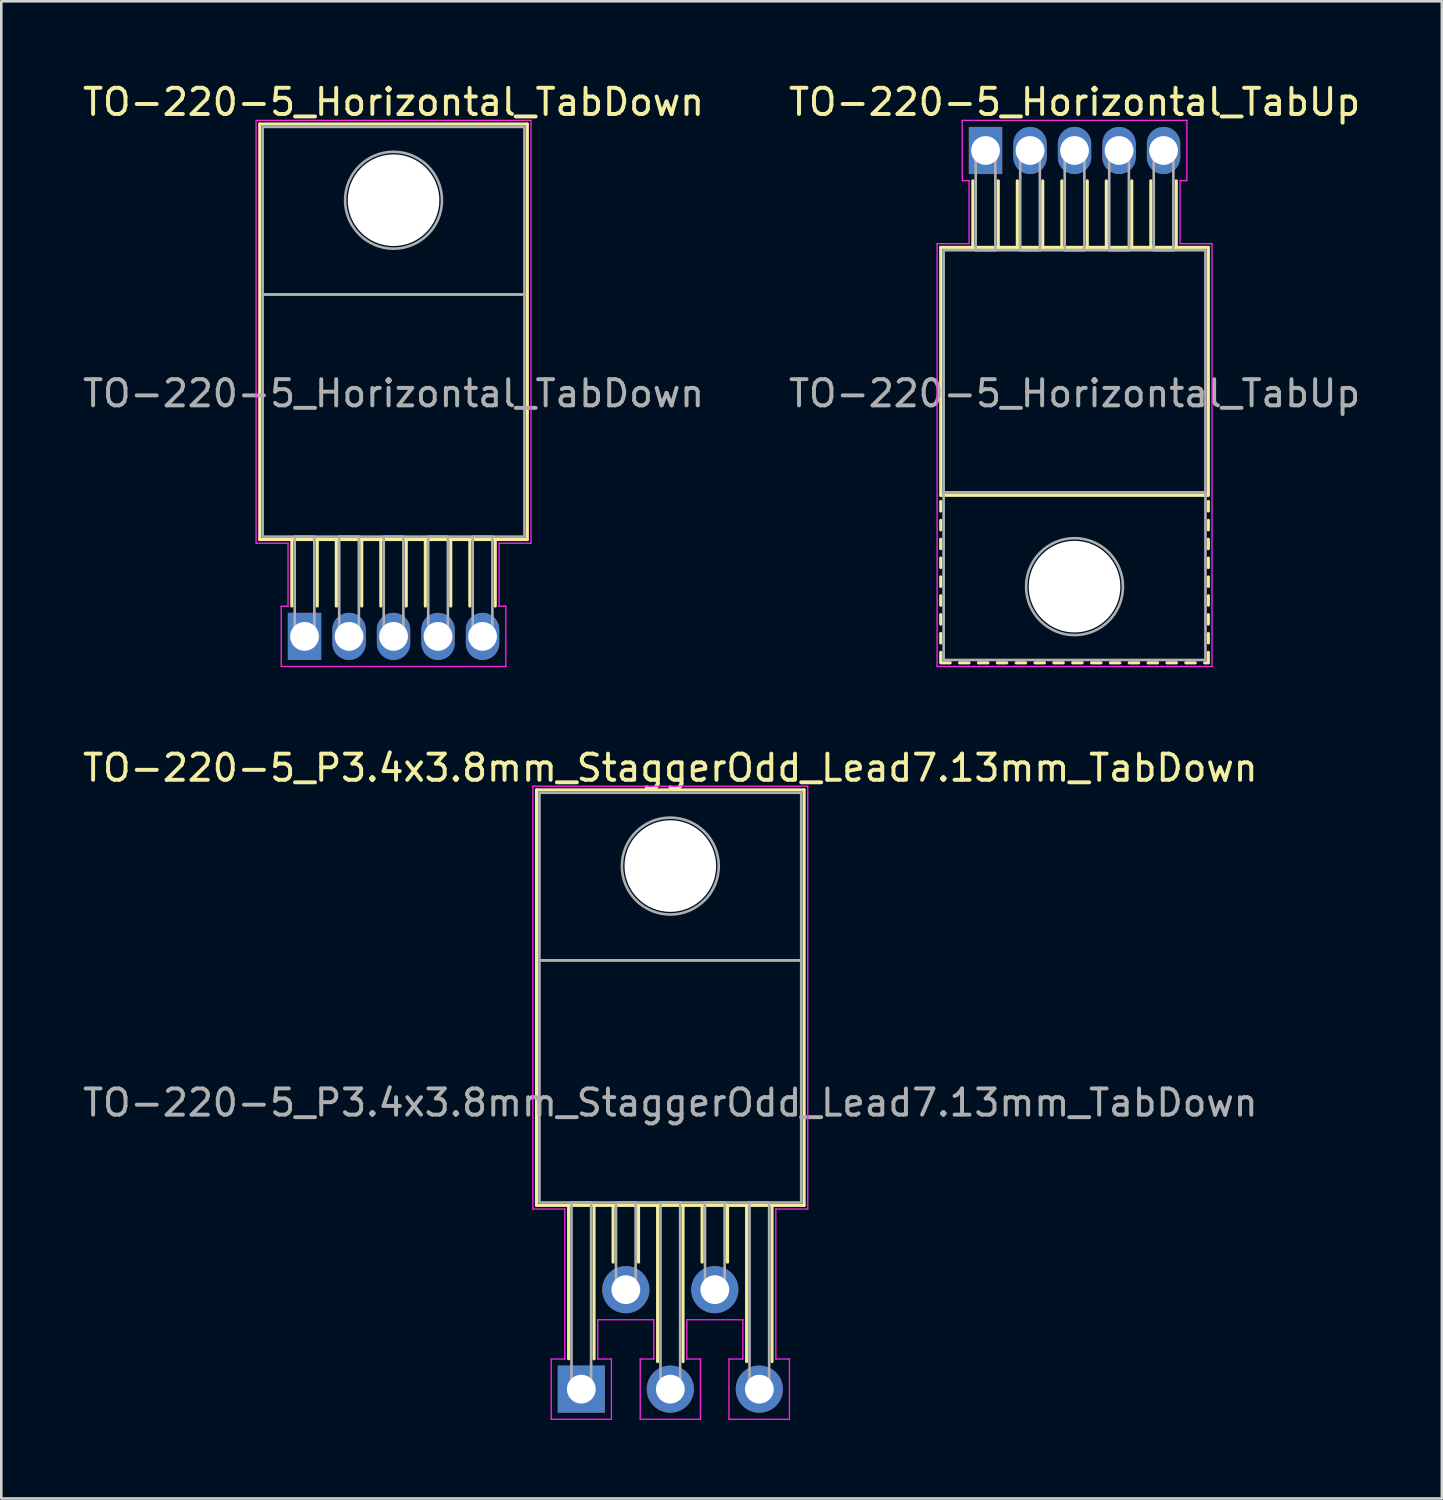
<source format=kicad_pcb>
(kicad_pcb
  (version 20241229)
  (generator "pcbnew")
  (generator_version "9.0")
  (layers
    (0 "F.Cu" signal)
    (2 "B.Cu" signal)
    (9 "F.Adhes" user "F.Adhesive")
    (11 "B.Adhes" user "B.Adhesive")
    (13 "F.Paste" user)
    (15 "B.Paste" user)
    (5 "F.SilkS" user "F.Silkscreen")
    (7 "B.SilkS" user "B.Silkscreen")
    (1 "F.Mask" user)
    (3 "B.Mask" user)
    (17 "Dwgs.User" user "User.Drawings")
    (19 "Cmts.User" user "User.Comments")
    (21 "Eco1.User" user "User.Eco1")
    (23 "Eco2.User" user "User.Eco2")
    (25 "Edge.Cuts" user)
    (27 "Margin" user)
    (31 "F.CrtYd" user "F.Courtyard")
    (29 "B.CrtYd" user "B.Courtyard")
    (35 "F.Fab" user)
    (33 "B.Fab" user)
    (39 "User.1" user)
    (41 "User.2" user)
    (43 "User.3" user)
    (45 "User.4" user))
  (footprint "TO-220-5_P3.4x3.8mm_StaggerOdd_Lead7.13mm_TabDown"
    (layer "F.Cu")
    (at 19.154 50.011)
    (property "Reference" "TO-220-5_P3.4x3.8mm_StaggerOdd_Lead7.13mm_TabDown" (at 3.4 -23.73 0) (layer "F.SilkS") (effects (font (size 1 1) (thickness 0.15))))
    (attr through_hole)
    (fp_line (start -1.71 -22.89) (end 8.51 -22.89) (stroke (width 0.12) (type solid)) (layer "F.SilkS"))
    (fp_line (start -1.71 -7.02) (end -1.71 -22.89) (stroke (width 0.12) (type solid)) (layer "F.SilkS"))
    (fp_line (start -1.71 -7.02) (end 8.51 -7.02) (stroke (width 0.12) (type solid)) (layer "F.SilkS"))
    (fp_line (start -0.485 -7.02) (end -0.485 -1.16) (stroke (width 0.12) (type solid)) (layer "F.SilkS"))
    (fp_line (start 0.485 -7.02) (end 0.485 -1.16) (stroke (width 0.12) (type solid)) (layer "F.SilkS"))
    (fp_line (start 1.215 -7.02) (end 1.215 -4.854) (stroke (width 0.12) (type solid)) (layer "F.SilkS"))
    (fp_line (start 2.185 -7.02) (end 2.185 -4.854) (stroke (width 0.12) (type solid)) (layer "F.SilkS"))
    (fp_line (start 2.915 -7.02) (end 2.915 -1.054) (stroke (width 0.12) (type solid)) (layer "F.SilkS"))
    (fp_line (start 3.885 -7.02) (end 3.885 -1.054) (stroke (width 0.12) (type solid)) (layer "F.SilkS"))
    (fp_line (start 4.615 -7.02) (end 4.615 -4.854) (stroke (width 0.12) (type solid)) (layer "F.SilkS"))
    (fp_line (start 5.585 -7.02) (end 5.585 -4.854) (stroke (width 0.12) (type solid)) (layer "F.SilkS"))
    (fp_line (start 6.315 -7.02) (end 6.315 -1.054) (stroke (width 0.12) (type solid)) (layer "F.SilkS"))
    (fp_line (start 7.285 -7.02) (end 7.285 -1.054) (stroke (width 0.12) (type solid)) (layer "F.SilkS"))
    (fp_line (start 8.51 -7.02) (end 8.51 -22.89) (stroke (width 0.12) (type solid)) (layer "F.SilkS"))
    (fp_line (start -1.85 -23.03) (end 8.65 -23.03) (stroke (width 0.05) (type solid)) (layer "F.CrtYd"))
    (fp_line (start -1.85 -6.88) (end -1.85 -23.03) (stroke (width 0.05) (type solid)) (layer "F.CrtYd"))
    (fp_line (start -1.15 -1.15) (end -0.63 -1.15) (stroke (width 0.05) (type solid)) (layer "F.CrtYd"))
    (fp_line (start -1.15 1.15) (end -1.15 -1.15) (stroke (width 0.05) (type solid)) (layer "F.CrtYd"))
    (fp_line (start -0.63 -6.88) (end -1.85 -6.88) (stroke (width 0.05) (type solid)) (layer "F.CrtYd"))
    (fp_line (start -0.63 -1.15) (end -0.63 -6.88) (stroke (width 0.05) (type solid)) (layer "F.CrtYd"))
    (fp_line (start 0.63 -2.65) (end 0.63 -1.15) (stroke (width 0.05) (type solid)) (layer "F.CrtYd"))
    (fp_line (start 0.63 -1.15) (end 1.15 -1.15) (stroke (width 0.05) (type solid)) (layer "F.CrtYd"))
    (fp_line (start 1.15 -1.15) (end 1.15 1.15) (stroke (width 0.05) (type solid)) (layer "F.CrtYd"))
    (fp_line (start 1.15 1.15) (end -1.15 1.15) (stroke (width 0.05) (type solid)) (layer "F.CrtYd"))
    (fp_line (start 2.25 -1.15) (end 2.77 -1.15) (stroke (width 0.05) (type solid)) (layer "F.CrtYd"))
    (fp_line (start 2.25 1.15) (end 2.25 -1.15) (stroke (width 0.05) (type solid)) (layer "F.CrtYd"))
    (fp_line (start 2.77 -2.65) (end 0.63 -2.65) (stroke (width 0.05) (type solid)) (layer "F.CrtYd"))
    (fp_line (start 2.77 -1.15) (end 2.77 -2.65) (stroke (width 0.05) (type solid)) (layer "F.CrtYd"))
    (fp_line (start 4.03 -2.65) (end 4.03 -1.15) (stroke (width 0.05) (type solid)) (layer "F.CrtYd"))
    (fp_line (start 4.03 -1.15) (end 4.55 -1.15) (stroke (width 0.05) (type solid)) (layer "F.CrtYd"))
    (fp_line (start 4.55 -1.15) (end 4.55 1.15) (stroke (width 0.05) (type solid)) (layer "F.CrtYd"))
    (fp_line (start 4.55 1.15) (end 2.25 1.15) (stroke (width 0.05) (type solid)) (layer "F.CrtYd"))
    (fp_line (start 5.64 -1.15) (end 6.17 -1.15) (stroke (width 0.05) (type solid)) (layer "F.CrtYd"))
    (fp_line (start 5.64 1.15) (end 5.64 -1.15) (stroke (width 0.05) (type solid)) (layer "F.CrtYd"))
    (fp_line (start 6.17 -2.65) (end 4.03 -2.65) (stroke (width 0.05) (type solid)) (layer "F.CrtYd"))
    (fp_line (start 6.17 -1.15) (end 6.17 -2.65) (stroke (width 0.05) (type solid)) (layer "F.CrtYd"))
    (fp_line (start 7.43 -6.88) (end 7.43 -1.15) (stroke (width 0.05) (type solid)) (layer "F.CrtYd"))
    (fp_line (start 7.43 -1.15) (end 7.95 -1.15) (stroke (width 0.05) (type solid)) (layer "F.CrtYd"))
    (fp_line (start 7.95 -1.15) (end 7.95 1.15) (stroke (width 0.05) (type solid)) (layer "F.CrtYd"))
    (fp_line (start 7.95 1.15) (end 5.64 1.15) (stroke (width 0.05) (type solid)) (layer "F.CrtYd"))
    (fp_line (start 8.65 -23.03) (end 8.65 -6.88) (stroke (width 0.05) (type solid)) (layer "F.CrtYd"))
    (fp_line (start 8.65 -6.88) (end 7.43 -6.88) (stroke (width 0.05) (type solid)) (layer "F.CrtYd"))
    (fp_rect (start -1.6 -22.78) (end 8.4 -16.38) (stroke (width 0.1) (type solid)) (fill no) (layer "F.Fab"))
    (fp_rect (start -1.6 -16.38) (end 8.4 -7.13) (stroke (width 0.1) (type solid)) (fill no) (layer "F.Fab"))
    (fp_rect (start -0.375 -7.13) (end 0.375 0) (stroke (width 0.1) (type solid)) (fill no) (layer "F.Fab"))
    (fp_rect (start 1.325 -7.13) (end 2.075 -3.8) (stroke (width 0.1) (type solid)) (fill no) (layer "F.Fab"))
    (fp_rect (start 3.025 -7.13) (end 3.775 0) (stroke (width 0.1) (type solid)) (fill no) (layer "F.Fab"))
    (fp_rect (start 4.725 -7.13) (end 5.475 -3.8) (stroke (width 0.1) (type solid)) (fill no) (layer "F.Fab"))
    (fp_rect (start 6.425 -7.13) (end 7.175 0) (stroke (width 0.1) (type solid)) (fill no) (layer "F.Fab"))
    (fp_circle (center 3.4 -19.98) (end 5.25 -19.98) (stroke (width 0.1) (type solid)) (fill no) (layer "F.Fab"))
    (fp_text user "${REFERENCE}" (at 3.4 -10.94 0) (layer "F.Fab") (effects (font (size 1 1) (thickness 0.15))))
    (pad "" np_thru_hole circle (at 3.4 -19.98) (size 3.5 3.5) (drill 3.5) (layers "*.Cu" "*.Mask"))
    (pad "1" thru_hole rect (at 0 0) (size 1.8 1.8) (drill 1.1) (layers "*.Cu" "*.Mask"))
    (pad "2" thru_hole circle (at 1.7 -3.8) (size 1.8 1.8) (drill 1.1) (layers "*.Cu" "*.Mask"))
    (pad "3" thru_hole circle (at 3.4 0) (size 1.8 1.8) (drill 1.1) (layers "*.Cu" "*.Mask"))
    (pad "4" thru_hole circle (at 5.1 -3.8) (size 1.8 1.8) (drill 1.1) (layers "*.Cu" "*.Mask"))
    (pad "5" thru_hole circle (at 6.8 0) (size 1.8 1.8) (drill 1.1) (layers "*.Cu" "*.Mask")))
  (footprint "TO-220-5_Horizontal_TabUp"
    (layer "F.Cu")
    (at 34.594 2.698)
    (property "Reference" "TO-220-5_Horizontal_TabUp" (at 3.4 -1.85 0) (layer "F.SilkS") (effects (font (size 1 1) (thickness 0.15))))
    (attr through_hole)
    (fp_line (start -1.71 3.7) (end -1.71 13.17) (stroke (width 0.12) (type solid)) (layer "F.SilkS"))
    (fp_line (start -1.71 3.7) (end 8.51 3.7) (stroke (width 0.12) (type solid)) (layer "F.SilkS"))
    (fp_line (start -1.71 13.17) (end 8.51 13.17) (stroke (width 0.12) (type solid)) (layer "F.SilkS"))
    (fp_line (start -1.71 13.41) (end -1.71 13.77) (stroke (width 0.12) (type solid)) (layer "F.SilkS"))
    (fp_line (start -1.71 14.13) (end -1.71 14.49) (stroke (width 0.12) (type solid)) (layer "F.SilkS"))
    (fp_line (start -1.71 14.85) (end -1.71 15.21) (stroke (width 0.12) (type solid)) (layer "F.SilkS"))
    (fp_line (start -1.71 15.57) (end -1.71 15.93) (stroke (width 0.12) (type solid)) (layer "F.SilkS"))
    (fp_line (start -1.71 16.29) (end -1.71 16.65) (stroke (width 0.12) (type solid)) (layer "F.SilkS"))
    (fp_line (start -1.71 17.01) (end -1.71 17.37) (stroke (width 0.12) (type solid)) (layer "F.SilkS"))
    (fp_line (start -1.71 17.73) (end -1.71 18.09) (stroke (width 0.12) (type solid)) (layer "F.SilkS"))
    (fp_line (start -1.71 18.45) (end -1.71 18.81) (stroke (width 0.12) (type solid)) (layer "F.SilkS"))
    (fp_line (start -1.71 19.17) (end -1.71 19.53) (stroke (width 0.12) (type solid)) (layer "F.SilkS"))
    (fp_line (start -1.71 19.57) (end -1.35 19.57) (stroke (width 0.12) (type solid)) (layer "F.SilkS"))
    (fp_line (start -0.99 19.57) (end -0.63 19.57) (stroke (width 0.12) (type solid)) (layer "F.SilkS"))
    (fp_line (start -0.485 3.7) (end -0.485 1.16) (stroke (width 0.12) (type solid)) (layer "F.SilkS"))
    (fp_line (start -0.27 19.57) (end 0.09 19.57) (stroke (width 0.12) (type solid)) (layer "F.SilkS"))
    (fp_line (start 0.45 19.57) (end 0.81 19.57) (stroke (width 0.12) (type solid)) (layer "F.SilkS"))
    (fp_line (start 0.485 3.7) (end 0.485 1.16) (stroke (width 0.12) (type solid)) (layer "F.SilkS"))
    (fp_line (start 1.17 19.57) (end 1.53 19.57) (stroke (width 0.12) (type solid)) (layer "F.SilkS"))
    (fp_line (start 1.215 3.7) (end 1.215 1.16) (stroke (width 0.12) (type solid)) (layer "F.SilkS"))
    (fp_line (start 1.89 19.57) (end 2.25 19.57) (stroke (width 0.12) (type solid)) (layer "F.SilkS"))
    (fp_line (start 2.185 3.7) (end 2.185 1.16) (stroke (width 0.12) (type solid)) (layer "F.SilkS"))
    (fp_line (start 2.61 19.57) (end 2.97 19.57) (stroke (width 0.12) (type solid)) (layer "F.SilkS"))
    (fp_line (start 2.915 3.7) (end 2.915 1.16) (stroke (width 0.12) (type solid)) (layer "F.SilkS"))
    (fp_line (start 3.33 19.57) (end 3.69 19.57) (stroke (width 0.12) (type solid)) (layer "F.SilkS"))
    (fp_line (start 3.885 3.7) (end 3.885 1.16) (stroke (width 0.12) (type solid)) (layer "F.SilkS"))
    (fp_line (start 4.05 19.57) (end 4.41 19.57) (stroke (width 0.12) (type solid)) (layer "F.SilkS"))
    (fp_line (start 4.615 3.7) (end 4.615 1.16) (stroke (width 0.12) (type solid)) (layer "F.SilkS"))
    (fp_line (start 4.77 19.57) (end 5.13 19.57) (stroke (width 0.12) (type solid)) (layer "F.SilkS"))
    (fp_line (start 5.49 19.57) (end 5.85 19.57) (stroke (width 0.12) (type solid)) (layer "F.SilkS"))
    (fp_line (start 5.585 3.7) (end 5.585 1.16) (stroke (width 0.12) (type solid)) (layer "F.SilkS"))
    (fp_line (start 6.21 19.57) (end 6.57 19.57) (stroke (width 0.12) (type solid)) (layer "F.SilkS"))
    (fp_line (start 6.315 3.7) (end 6.315 1.16) (stroke (width 0.12) (type solid)) (layer "F.SilkS"))
    (fp_line (start 6.93 19.57) (end 7.29 19.57) (stroke (width 0.12) (type solid)) (layer "F.SilkS"))
    (fp_line (start 7.285 3.7) (end 7.285 1.16) (stroke (width 0.12) (type solid)) (layer "F.SilkS"))
    (fp_line (start 7.65 19.57) (end 8.01 19.57) (stroke (width 0.12) (type solid)) (layer "F.SilkS"))
    (fp_line (start 8.37 19.57) (end 8.51 19.57) (stroke (width 0.12) (type solid)) (layer "F.SilkS"))
    (fp_line (start 8.51 3.7) (end 8.51 13.17) (stroke (width 0.12) (type solid)) (layer "F.SilkS"))
    (fp_line (start 8.51 13.41) (end 8.51 13.77) (stroke (width 0.12) (type solid)) (layer "F.SilkS"))
    (fp_line (start 8.51 14.13) (end 8.51 14.49) (stroke (width 0.12) (type solid)) (layer "F.SilkS"))
    (fp_line (start 8.51 14.85) (end 8.51 15.21) (stroke (width 0.12) (type solid)) (layer "F.SilkS"))
    (fp_line (start 8.51 15.57) (end 8.51 15.93) (stroke (width 0.12) (type solid)) (layer "F.SilkS"))
    (fp_line (start 8.51 16.29) (end 8.51 16.65) (stroke (width 0.12) (type solid)) (layer "F.SilkS"))
    (fp_line (start 8.51 17.01) (end 8.51 17.37) (stroke (width 0.12) (type solid)) (layer "F.SilkS"))
    (fp_line (start 8.51 17.73) (end 8.51 18.09) (stroke (width 0.12) (type solid)) (layer "F.SilkS"))
    (fp_line (start 8.51 18.45) (end 8.51 18.81) (stroke (width 0.12) (type solid)) (layer "F.SilkS"))
    (fp_line (start 8.51 19.17) (end 8.51 19.53) (stroke (width 0.12) (type solid)) (layer "F.SilkS"))
    (fp_line (start -1.85 3.56) (end -0.63 3.56) (stroke (width 0.05) (type solid)) (layer "F.CrtYd"))
    (fp_line (start -1.85 19.71) (end -1.85 3.56) (stroke (width 0.05) (type solid)) (layer "F.CrtYd"))
    (fp_line (start -0.89 -1.15) (end 7.69 -1.15) (stroke (width 0.05) (type solid)) (layer "F.CrtYd"))
    (fp_line (start -0.89 1.15) (end -0.89 -1.15) (stroke (width 0.05) (type solid)) (layer "F.CrtYd"))
    (fp_line (start -0.63 1.15) (end -0.89 1.15) (stroke (width 0.05) (type solid)) (layer "F.CrtYd"))
    (fp_line (start -0.63 3.56) (end -0.63 1.15) (stroke (width 0.05) (type solid)) (layer "F.CrtYd"))
    (fp_line (start 7.43 1.15) (end 7.43 3.56) (stroke (width 0.05) (type solid)) (layer "F.CrtYd"))
    (fp_line (start 7.43 3.56) (end 8.65 3.56) (stroke (width 0.05) (type solid)) (layer "F.CrtYd"))
    (fp_line (start 7.69 -1.15) (end 7.69 1.15) (stroke (width 0.05) (type solid)) (layer "F.CrtYd"))
    (fp_line (start 7.69 1.15) (end 7.43 1.15) (stroke (width 0.05) (type solid)) (layer "F.CrtYd"))
    (fp_line (start 8.65 3.56) (end 8.65 19.71) (stroke (width 0.05) (type solid)) (layer "F.CrtYd"))
    (fp_line (start 8.65 19.71) (end -1.85 19.71) (stroke (width 0.05) (type solid)) (layer "F.CrtYd"))
    (fp_rect (start -1.6 3.81) (end 8.4 13.06) (stroke (width 0.1) (type solid)) (fill no) (layer "F.Fab"))
    (fp_rect (start -1.6 13.06) (end 8.4 19.46) (stroke (width 0.1) (type solid)) (fill no) (layer "F.Fab"))
    (fp_rect (start -0.375 0) (end 0.375 3.81) (stroke (width 0.1) (type solid)) (fill no) (layer "F.Fab"))
    (fp_rect (start 1.325 0) (end 2.075 3.81) (stroke (width 0.1) (type solid)) (fill no) (layer "F.Fab"))
    (fp_rect (start 3.025 0) (end 3.775 3.81) (stroke (width 0.1) (type solid)) (fill no) (layer "F.Fab"))
    (fp_rect (start 4.725 0) (end 5.475 3.81) (stroke (width 0.1) (type solid)) (fill no) (layer "F.Fab"))
    (fp_rect (start 6.425 0) (end 7.175 3.81) (stroke (width 0.1) (type solid)) (fill no) (layer "F.Fab"))
    (fp_circle (center 3.4 16.66) (end 5.25 16.66) (stroke (width 0.1) (type solid)) (fill no) (layer "F.Fab"))
    (fp_text user "${REFERENCE}" (at 3.4 9.28 0) (layer "F.Fab") (effects (font (size 1 1) (thickness 0.15))))
    (pad "" np_thru_hole circle (at 3.4 16.66) (size 3.5 3.5) (drill 3.5) (layers "*.Cu" "*.Mask"))
    (pad "1" thru_hole rect (at 0 0) (size 1.275 1.8) (drill 1.1) (layers "*.Cu" "*.Mask"))
    (pad "2" thru_hole oval (at 1.7 0) (size 1.275 1.8) (drill 1.1) (layers "*.Cu" "*.Mask"))
    (pad "3" thru_hole oval (at 3.4 0) (size 1.275 1.8) (drill 1.1) (layers "*.Cu" "*.Mask"))
    (pad "4" thru_hole oval (at 5.1 0) (size 1.275 1.8) (drill 1.1) (layers "*.Cu" "*.Mask"))
    (pad "5" thru_hole oval (at 6.8 0) (size 1.275 1.8) (drill 1.1) (layers "*.Cu" "*.Mask")))
  (footprint "TO-220-5_Horizontal_TabDown"
    (layer "F.Cu")
    (at 8.582 21.258)
    (property "Reference" "TO-220-5_Horizontal_TabDown" (at 3.4 -20.41 0) (layer "F.SilkS") (effects (font (size 1 1) (thickness 0.15))))
    (attr through_hole)
    (fp_line (start -1.71 -19.57) (end 8.51 -19.57) (stroke (width 0.12) (type solid)) (layer "F.SilkS"))
    (fp_line (start -1.71 -3.7) (end -1.71 -19.57) (stroke (width 0.12) (type solid)) (layer "F.SilkS"))
    (fp_line (start -1.71 -3.7) (end 8.51 -3.7) (stroke (width 0.12) (type solid)) (layer "F.SilkS"))
    (fp_line (start -0.485 -3.7) (end -0.485 -1.16) (stroke (width 0.12) (type solid)) (layer "F.SilkS"))
    (fp_line (start 0.485 -3.7) (end 0.485 -1.16) (stroke (width 0.12) (type solid)) (layer "F.SilkS"))
    (fp_line (start 1.215 -3.7) (end 1.215 -1.16) (stroke (width 0.12) (type solid)) (layer "F.SilkS"))
    (fp_line (start 2.185 -3.7) (end 2.185 -1.16) (stroke (width 0.12) (type solid)) (layer "F.SilkS"))
    (fp_line (start 2.915 -3.7) (end 2.915 -1.16) (stroke (width 0.12) (type solid)) (layer "F.SilkS"))
    (fp_line (start 3.885 -3.7) (end 3.885 -1.16) (stroke (width 0.12) (type solid)) (layer "F.SilkS"))
    (fp_line (start 4.615 -3.7) (end 4.615 -1.16) (stroke (width 0.12) (type solid)) (layer "F.SilkS"))
    (fp_line (start 5.585 -3.7) (end 5.585 -1.16) (stroke (width 0.12) (type solid)) (layer "F.SilkS"))
    (fp_line (start 6.315 -3.7) (end 6.315 -1.16) (stroke (width 0.12) (type solid)) (layer "F.SilkS"))
    (fp_line (start 7.285 -3.7) (end 7.285 -1.16) (stroke (width 0.12) (type solid)) (layer "F.SilkS"))
    (fp_line (start 8.51 -3.7) (end 8.51 -19.57) (stroke (width 0.12) (type solid)) (layer "F.SilkS"))
    (fp_line (start -1.85 -19.71) (end 8.65 -19.71) (stroke (width 0.05) (type solid)) (layer "F.CrtYd"))
    (fp_line (start -1.85 -3.56) (end -1.85 -19.71) (stroke (width 0.05) (type solid)) (layer "F.CrtYd"))
    (fp_line (start -0.89 -1.15) (end -0.63 -1.15) (stroke (width 0.05) (type solid)) (layer "F.CrtYd"))
    (fp_line (start -0.89 1.15) (end -0.89 -1.15) (stroke (width 0.05) (type solid)) (layer "F.CrtYd"))
    (fp_line (start -0.63 -3.56) (end -1.85 -3.56) (stroke (width 0.05) (type solid)) (layer "F.CrtYd"))
    (fp_line (start -0.63 -1.15) (end -0.63 -3.56) (stroke (width 0.05) (type solid)) (layer "F.CrtYd"))
    (fp_line (start 7.43 -3.56) (end 7.43 -1.15) (stroke (width 0.05) (type solid)) (layer "F.CrtYd"))
    (fp_line (start 7.43 -1.15) (end 7.69 -1.15) (stroke (width 0.05) (type solid)) (layer "F.CrtYd"))
    (fp_line (start 7.69 -1.15) (end 7.69 1.15) (stroke (width 0.05) (type solid)) (layer "F.CrtYd"))
    (fp_line (start 7.69 1.15) (end -0.89 1.15) (stroke (width 0.05) (type solid)) (layer "F.CrtYd"))
    (fp_line (start 8.65 -19.71) (end 8.65 -3.56) (stroke (width 0.05) (type solid)) (layer "F.CrtYd"))
    (fp_line (start 8.65 -3.56) (end 7.43 -3.56) (stroke (width 0.05) (type solid)) (layer "F.CrtYd"))
    (fp_rect (start -1.6 -19.46) (end 8.4 -13.06) (stroke (width 0.1) (type solid)) (fill no) (layer "F.Fab"))
    (fp_rect (start -1.6 -13.06) (end 8.4 -3.81) (stroke (width 0.1) (type solid)) (fill no) (layer "F.Fab"))
    (fp_rect (start -0.375 -3.81) (end 0.375 0) (stroke (width 0.1) (type solid)) (fill no) (layer "F.Fab"))
    (fp_rect (start 1.325 -3.81) (end 2.075 0) (stroke (width 0.1) (type solid)) (fill no) (layer "F.Fab"))
    (fp_rect (start 3.025 -3.81) (end 3.775 0) (stroke (width 0.1) (type solid)) (fill no) (layer "F.Fab"))
    (fp_rect (start 4.725 -3.81) (end 5.475 0) (stroke (width 0.1) (type solid)) (fill no) (layer "F.Fab"))
    (fp_rect (start 6.425 -3.81) (end 7.175 0) (stroke (width 0.1) (type solid)) (fill no) (layer "F.Fab"))
    (fp_circle (center 3.4 -16.66) (end 5.25 -16.66) (stroke (width 0.1) (type solid)) (fill no) (layer "F.Fab"))
    (fp_text user "${REFERENCE}" (at 3.4 -9.28 0) (layer "F.Fab") (effects (font (size 1 1) (thickness 0.15))))
    (pad "" np_thru_hole circle (at 3.4 -16.66) (size 3.5 3.5) (drill 3.5) (layers "*.Cu" "*.Mask"))
    (pad "1" thru_hole rect (at 0 0) (size 1.275 1.8) (drill 1.1) (layers "*.Cu" "*.Mask"))
    (pad "2" thru_hole oval (at 1.7 0) (size 1.275 1.8) (drill 1.1) (layers "*.Cu" "*.Mask"))
    (pad "3" thru_hole oval (at 3.4 0) (size 1.275 1.8) (drill 1.1) (layers "*.Cu" "*.Mask"))
    (pad "4" thru_hole oval (at 5.1 0) (size 1.275 1.8) (drill 1.1) (layers "*.Cu" "*.Mask"))
    (pad "5" thru_hole oval (at 6.8 0) (size 1.275 1.8) (drill 1.1) (layers "*.Cu" "*.Mask")))
  (gr_rect
    (start -3 -3)
    (end 52.024 54.187)
    (stroke (width 0.1) (type default))
    (fill no)
    (layer "Edge.Cuts")))
</source>
